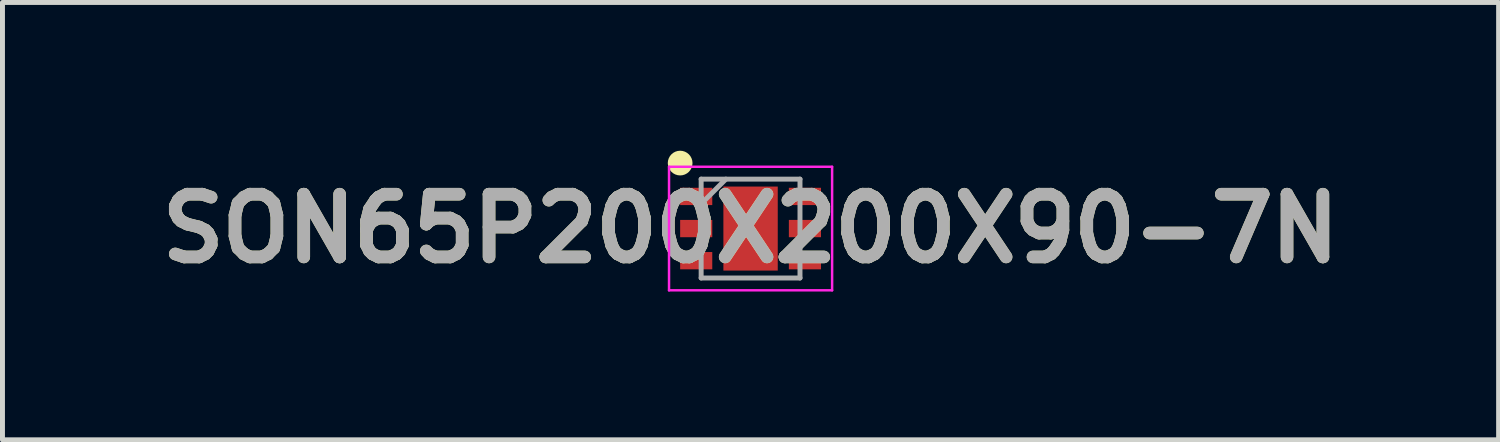
<source format=kicad_pcb>
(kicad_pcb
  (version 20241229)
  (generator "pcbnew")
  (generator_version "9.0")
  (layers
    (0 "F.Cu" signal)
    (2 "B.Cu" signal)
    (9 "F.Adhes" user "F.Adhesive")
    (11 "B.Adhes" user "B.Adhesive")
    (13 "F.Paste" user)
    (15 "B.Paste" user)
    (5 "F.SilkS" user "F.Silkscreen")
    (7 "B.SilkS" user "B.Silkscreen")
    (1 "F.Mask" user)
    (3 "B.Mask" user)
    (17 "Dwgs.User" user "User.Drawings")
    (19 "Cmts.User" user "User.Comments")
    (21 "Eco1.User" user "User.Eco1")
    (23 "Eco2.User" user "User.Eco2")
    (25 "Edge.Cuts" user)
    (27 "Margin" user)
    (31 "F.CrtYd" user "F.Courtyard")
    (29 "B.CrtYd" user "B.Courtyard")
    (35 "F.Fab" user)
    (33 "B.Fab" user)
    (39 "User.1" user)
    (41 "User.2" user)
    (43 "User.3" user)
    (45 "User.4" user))
  (footprint "SON65P200X200X90-7N"
    (layer "F.Cu")
    (at 12.138 1.575)
    (property "Reference" "SON65P200X200X90-7N" (at 0 0 0) (layer "F.SilkS") (effects (font (size 1.27 1.27) (thickness 0.254))))
    (attr smd)
    (fp_circle (center -1.425 -1.325) (end -1.425 -1.2) (stroke (width 0.25) (type solid)) (fill no) (layer "F.SilkS"))
    (fp_line (start -1.65 -1.25) (end 1.65 -1.25) (stroke (width 0.05) (type solid)) (layer "F.CrtYd"))
    (fp_line (start -1.65 1.25) (end -1.65 -1.25) (stroke (width 0.05) (type solid)) (layer "F.CrtYd"))
    (fp_line (start 1.65 -1.25) (end 1.65 1.25) (stroke (width 0.05) (type solid)) (layer "F.CrtYd"))
    (fp_line (start 1.65 1.25) (end -1.65 1.25) (stroke (width 0.05) (type solid)) (layer "F.CrtYd"))
    (fp_line (start -1 -1) (end 1 -1) (stroke (width 0.1) (type solid)) (layer "F.Fab"))
    (fp_line (start -1 -0.5) (end -0.5 -1) (stroke (width 0.1) (type solid)) (layer "F.Fab"))
    (fp_line (start -1 1) (end -1 -1) (stroke (width 0.1) (type solid)) (layer "F.Fab"))
    (fp_line (start 1 -1) (end 1 1) (stroke (width 0.1) (type solid)) (layer "F.Fab"))
    (fp_line (start 1 1) (end -1 1) (stroke (width 0.1) (type solid)) (layer "F.Fab"))
    (fp_text user "${REFERENCE}" (at 0 0 0) (layer "F.Fab") (effects (font (size 1.27 1.27) (thickness 0.254))))
    (pad "1" smd rect (at -1.1 -0.65 90) (size 0.35 0.65) (layers "F.Cu" "F.Mask" "F.Paste"))
    (pad "2" smd rect (at -1.1 0 90) (size 0.35 0.65) (layers "F.Cu" "F.Mask" "F.Paste"))
    (pad "3" smd rect (at -1.1 0.65 90) (size 0.35 0.65) (layers "F.Cu" "F.Mask" "F.Paste"))
    (pad "4" smd rect (at 1.1 0.65 90) (size 0.35 0.65) (layers "F.Cu" "F.Mask" "F.Paste"))
    (pad "5" smd rect (at 1.1 0 90) (size 0.35 0.65) (layers "F.Cu" "F.Mask" "F.Paste"))
    (pad "6" smd rect (at 1.1 -0.65 90) (size 0.35 0.65) (layers "F.Cu" "F.Mask" "F.Paste"))
    (pad "7" smd rect (at 0 0) (size 1.1 1.7) (layers "F.Cu" "F.Mask" "F.Paste")))
  (gr_rect
    (start -3 -3)
    (end 27.275 5.85)
    (stroke (width 0.1) (type default))
    (fill no)
    (layer "Edge.Cuts")))
</source>
